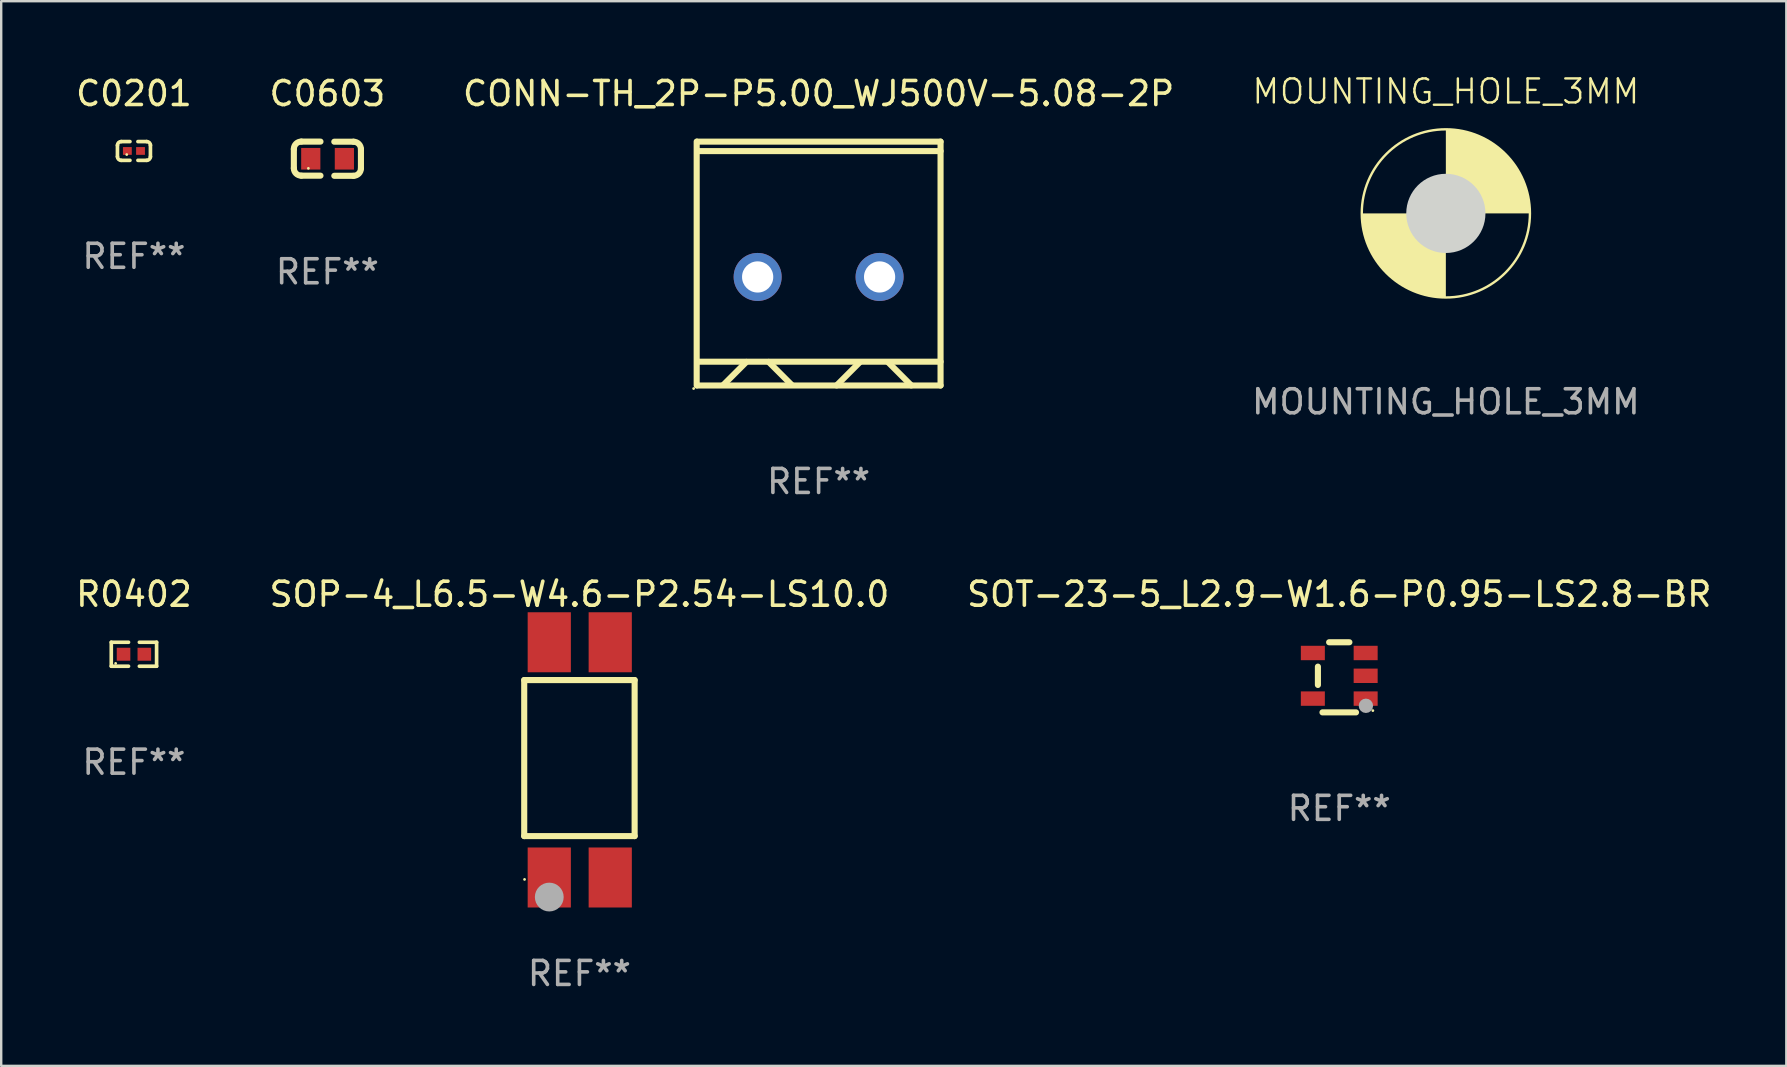
<source format=kicad_pcb>
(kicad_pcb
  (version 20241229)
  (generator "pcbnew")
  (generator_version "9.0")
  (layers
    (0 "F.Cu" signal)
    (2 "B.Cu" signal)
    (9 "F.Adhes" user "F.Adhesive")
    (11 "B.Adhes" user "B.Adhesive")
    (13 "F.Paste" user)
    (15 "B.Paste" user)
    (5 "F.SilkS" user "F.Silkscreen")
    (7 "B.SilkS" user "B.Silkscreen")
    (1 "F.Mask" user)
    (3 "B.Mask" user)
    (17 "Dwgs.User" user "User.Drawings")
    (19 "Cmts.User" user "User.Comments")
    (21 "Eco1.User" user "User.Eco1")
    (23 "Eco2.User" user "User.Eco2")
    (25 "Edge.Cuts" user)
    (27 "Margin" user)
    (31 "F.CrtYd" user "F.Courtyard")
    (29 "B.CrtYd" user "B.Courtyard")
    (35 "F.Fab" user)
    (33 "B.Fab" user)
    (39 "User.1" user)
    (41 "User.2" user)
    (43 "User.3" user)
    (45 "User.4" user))
  (footprint "SOP-4_L6.5-W4.6-P2.54-LS10.0"
    (layer "F.Cu")
    (at 21.103 28.607)
    (property "Reference" "SOP-4_L6.5-W4.6-P2.54-LS10.0" (at -0.014 -6.9 0) (layer "F.SilkS") (effects (font (size 1 1) (thickness 0.15))))
    (attr smd)
    (fp_line (start -2.314 -3.325) (end 2.286 -3.325) (stroke (width 0.254) (type solid)) (layer "F.SilkS"))
    (fp_line (start -2.314 3.175) (end -2.314 -3.325) (stroke (width 0.254) (type solid)) (layer "F.SilkS"))
    (fp_line (start 2.286 -3.325) (end 2.286 3.175) (stroke (width 0.254) (type solid)) (layer "F.SilkS"))
    (fp_line (start 2.286 3.175) (end -2.314 3.175) (stroke (width 0.254) (type solid)) (layer "F.SilkS"))
    (fp_circle (center -2.3 4.98) (end -2.27 4.98) (stroke (width 0.06) (type solid)) (fill no) (layer "F.SilkS"))
    (fp_circle (center -1.27 5.715) (end -0.97 5.715) (stroke (width 0.6) (type solid)) (fill no) (layer "F.Fab"))
    (fp_text user "REF**" (at -0.014 8.9 0) (layer "F.Fab") (effects (font (size 1 1) (thickness 0.15))))
    (pad "1" smd rect (at -1.27 4.9) (size 1.8 2.5) (layers "F.Cu" "F.Mask" "F.Paste"))
    (pad "2" smd rect (at 1.27 4.9) (size 1.8 2.5) (layers "F.Cu" "F.Mask" "F.Paste"))
    (pad "3" smd rect (at 1.27 -4.9) (size 1.8 2.5) (layers "F.Cu" "F.Mask" "F.Paste"))
    (pad "4" smd rect (at -1.27 -4.9) (size 1.8 2.5) (layers "F.Cu" "F.Mask" "F.Paste")))
  (footprint "SOT-23-5_L2.9-W1.6-P0.95-LS2.8-BR"
    (layer "F.Cu")
    (at 52.744 25.104)
    (property "Reference" "SOT-23-5_L2.9-W1.6-P0.95-LS2.8-BR" (at -0.000076 -3.397 0) (layer "F.SilkS") (effects (font (size 1 1) (thickness 0.15))))
    (attr smd)
    (fp_line (start -0.889 0.381) (end -0.889 -0.381) (stroke (width 0.254) (type solid)) (layer "F.SilkS"))
    (fp_line (start -0.699 1.524) (end 0.698 1.524) (stroke (width 0.254) (type solid)) (layer "F.SilkS"))
    (fp_line (start -0.422 -1.397) (end 0.422 -1.397) (stroke (width 0.254) (type solid)) (layer "F.SilkS"))
    (fp_circle (center 1.4 1.45) (end 1.43 1.45) (stroke (width 0.06) (type solid)) (fill no) (layer "F.SilkS"))
    (fp_circle (center 1.11 1.25) (end 1.26 1.25) (stroke (width 0.3) (type solid)) (fill no) (layer "F.Fab"))
    (fp_text user "REF**" (at -0.000076 5.524 0) (layer "F.Fab") (effects (font (size 1 1) (thickness 0.15))))
    (pad "1" smd rect (at 1.1 0.95 90) (size 0.6 1) (layers "F.Cu" "F.Mask" "F.Paste"))
    (pad "2" smd rect (at 1.1 0.000127 90) (size 0.6 1) (layers "F.Cu" "F.Mask" "F.Paste"))
    (pad "3" smd rect (at 1.1 -0.95 90) (size 0.6 1) (layers "F.Cu" "F.Mask" "F.Paste"))
    (pad "4" smd rect (at -1.1 -0.95 90) (size 0.6 1) (layers "F.Cu" "F.Mask" "F.Paste"))
    (pad "5" smd rect (at -1.1 0.95 90) (size 0.6 1) (layers "F.Cu" "F.Mask" "F.Paste")))
  (footprint "R0402"
    (layer "F.Cu")
    (at 2.53 24.206)
    (property "Reference" "R0402" (at 0 -2.499 0) (layer "F.SilkS") (effects (font (size 1 1) (thickness 0.15))))
    (attr smd)
    (fp_line (start -0.944 -0.499) (end -0.226 -0.499) (stroke (width 0.152) (type solid)) (layer "F.SilkS"))
    (fp_line (start -0.944 0.499) (end -0.944 -0.499) (stroke (width 0.152) (type solid)) (layer "F.SilkS"))
    (fp_line (start -0.226 0.499) (end -0.944 0.499) (stroke (width 0.152) (type solid)) (layer "F.SilkS"))
    (fp_line (start 0.226 0.499) (end 0.944 0.499) (stroke (width 0.152) (type solid)) (layer "F.SilkS"))
    (fp_line (start 0.944 -0.499) (end 0.226 -0.499) (stroke (width 0.152) (type solid)) (layer "F.SilkS"))
    (fp_line (start 0.944 0.499) (end 0.944 -0.499) (stroke (width 0.152) (type solid)) (layer "F.SilkS"))
    (fp_circle (center -0.762 0.381) (end -0.732 0.381) (stroke (width 0.06) (type solid)) (fill no) (layer "F.SilkS"))
    (fp_text user "REF**" (at 0 4.499 0) (layer "F.Fab") (effects (font (size 1 1) (thickness 0.15))))
    (pad "1" smd rect (at -0.433 0) (size 0.566 0.54) (layers "F.Cu" "F.Mask" "F.Paste"))
    (pad "2" smd rect (at 0.433 0) (size 0.566 0.54) (layers "F.Cu" "F.Mask" "F.Paste")))
  (footprint "CONN-TH_2P-P5.00_WJ500V-5.08-2P"
    (layer "F.Cu")
    (at 31.054 8.488)
    (property "Reference" "CONN-TH_2P-P5.00_WJ500V-5.08-2P" (at 0 -7.64 0) (layer "F.SilkS") (effects (font (size 1 1) (thickness 0.15))))
    (attr through_hole)
    (fp_line (start -5.08 4.52) (end -5.08 -5.64) (stroke (width 0.254) (type solid)) (layer "F.SilkS"))
    (fp_line (start -3.01 3.54) (end -3.97 4.5) (stroke (width 0.254) (type solid)) (layer "F.SilkS"))
    (fp_line (start -2.08 3.54) (end -1.12 4.5) (stroke (width 0.254) (type solid)) (layer "F.SilkS"))
    (fp_line (start 1.71 3.558) (end 0.75 4.518) (stroke (width 0.254) (type solid)) (layer "F.SilkS"))
    (fp_line (start 2.9 3.558) (end 3.86 4.518) (stroke (width 0.254) (type solid)) (layer "F.SilkS"))
    (fp_line (start 5.08 -5.638) (end -5.054 -5.638) (stroke (width 0.254) (type solid)) (layer "F.SilkS"))
    (fp_line (start 5.08 -5.243) (end -5.065 -5.243) (stroke (width 0.254) (type solid)) (layer "F.SilkS"))
    (fp_line (start 5.08 3.531) (end -5.036 3.531) (stroke (width 0.254) (type solid)) (layer "F.SilkS"))
    (fp_line (start 5.08 4.522) (end -5.054 4.522) (stroke (width 0.254) (type solid)) (layer "F.SilkS"))
    (fp_line (start 5.08 4.522) (end 5.08 -5.638) (stroke (width 0.254) (type solid)) (layer "F.SilkS"))
    (fp_circle (center -5.207 4.649) (end -5.177 4.649) (stroke (width 0.06) (type solid)) (fill no) (layer "F.SilkS"))
    (fp_text user "REF**" (at 0 8.522 0) (layer "F.Fab") (effects (font (size 1 1) (thickness 0.15))))
    (pad "1" thru_hole circle (at -2.54 0) (size 2 2) (drill 1.3) (layers "*.Cu" "*.Mask"))
    (pad "2" thru_hole circle (at 2.54 0) (size 2 2) (drill 1.3) (layers "*.Cu" "*.Mask")))
  (footprint "MOUNTING_HOLE_3MM"
    (layer "F.Cu")
    (at 57.185 5.84)
    (property "Reference" "MOUNTING_HOLE_3MM" (at 0 -5.08 0) (unlocked yes) (layer "F.SilkS") (effects (font (size 1 1) (thickness 0.1))))
    (attr through_hole)
    (fp_circle (center 0 0) (end 0.183 -3.498) (stroke (width 0.1) (type default)) (fill no) (layer "F.SilkS"))
    (fp_poly (pts (arc (start -3.5 0) (mid -2.474874 2.474874) (end 0 3.5)) (arc (start 0 -3.5) (mid 2.474874 -2.474874) (end 3.5 0))) (stroke (width 0) (type solid)) (fill yes) (layer "F.SilkS"))
    (fp_circle (center 0 0) (end 1.6 0) (stroke (width 0.1) (type default)) (fill yes) (layer "Edge.Cuts"))
    (fp_circle (center 0 0) (end 0 3.5) (stroke (width 0.1) (type default)) (fill no) (layer "Margin"))
    (fp_text user "${REFERENCE}" (at 0 7.85 0) (unlocked yes) (layer "F.Fab") (effects (font (size 1 1) (thickness 0.15)))))
  (footprint "C0603"
    (layer "F.Cu")
    (at 10.597 3.564)
    (property "Reference" "C0603" (at -0.008 -2.715 0) (layer "F.SilkS") (effects (font (size 1 1) (thickness 0.15))))
    (attr smd)
    (fp_line (start -1.405 -0.406) (end -1.405 0.394) (stroke (width 0.254) (type solid)) (layer "F.SilkS"))
    (fp_line (start -0.296 -0.715) (end -1.096 -0.715) (stroke (width 0.254) (type solid)) (layer "F.SilkS"))
    (fp_line (start -0.296 0.704) (end -1.096 0.704) (stroke (width 0.254) (type solid)) (layer "F.SilkS"))
    (fp_line (start 0.28 -0.71) (end 1.08 -0.71) (stroke (width 0.254) (type solid)) (layer "F.SilkS"))
    (fp_line (start 0.28 0.71) (end 1.08 0.71) (stroke (width 0.254) (type solid)) (layer "F.SilkS"))
    (fp_line (start 1.39 -0.4) (end 1.39 0.4) (stroke (width 0.254) (type solid)) (layer "F.SilkS"))
    (fp_arc (start -1.405512 -0.405613) (mid -1.314765 -0.624696) (end -1.095682 -0.715443) (stroke (width 0.254001) (type solid)) (layer "F.SilkS"))
    (fp_arc (start -1.095682 0.704216) (mid -1.314773 0.61346) (end -1.405511 0.394362) (stroke (width 0.254001) (type solid)) (layer "F.SilkS"))
    (fp_arc (start 1.080188 -0.709627) (mid 1.29928 -0.618871) (end 1.390018 -0.399772) (stroke (width 0.254001) (type solid)) (layer "F.SilkS"))
    (fp_arc (start 1.390018 0.400203) (mid 1.299271 0.619286) (end 1.080188 0.710033) (stroke (width 0.254001) (type solid)) (layer "F.SilkS"))
    (fp_circle (center -0.8 0.4) (end -0.77 0.4) (stroke (width 0.06) (type solid)) (fill no) (layer "F.SilkS"))
    (fp_text user "REF**" (at -0.008 4.71 0) (layer "F.Fab") (effects (font (size 1 1) (thickness 0.15))))
    (pad "1" smd rect (at -0.7 0) (size 0.8 0.9) (layers "F.Cu" "F.Mask" "F.Paste"))
    (pad "2" smd rect (at 0.7 0) (size 0.8 0.9) (layers "F.Cu" "F.Mask" "F.Paste")))
  (footprint "C0201"
    (layer "F.Cu")
    (at 2.53 3.239)
    (property "Reference" "C0201" (at 0 -2.391 0) (layer "F.SilkS") (effects (font (size 1 1) (thickness 0.15))))
    (attr smd)
    (fp_line (start -0.687 0.238) (end -0.687 -0.238) (stroke (width 0.152) (type solid)) (layer "F.SilkS"))
    (fp_line (start -0.535 -0.391) (end -0.166 -0.391) (stroke (width 0.152) (type solid)) (layer "F.SilkS"))
    (fp_line (start -0.166 0.391) (end -0.535 0.391) (stroke (width 0.152) (type solid)) (layer "F.SilkS"))
    (fp_line (start 0.166 0.391) (end 0.535 0.391) (stroke (width 0.152) (type solid)) (layer "F.SilkS"))
    (fp_line (start 0.535 -0.391) (end 0.166 -0.391) (stroke (width 0.152) (type solid)) (layer "F.SilkS"))
    (fp_line (start 0.687 0.238) (end 0.687 -0.238) (stroke (width 0.152) (type solid)) (layer "F.SilkS"))
    (fp_arc (start -0.687046 -0.238202) (mid -0.642409 -0.345965) (end -0.534646 -0.390602) (stroke (width 0.1524) (type solid)) (layer "F.SilkS"))
    (fp_arc (start -0.534646 0.390602) (mid -0.642409 0.345965) (end -0.687046 0.238202) (stroke (width 0.1524) (type solid)) (layer "F.SilkS"))
    (fp_arc (start 0.534646 -0.390602) (mid 0.642409 -0.345965) (end 0.687046 -0.238202) (stroke (width 0.1524) (type solid)) (layer "F.SilkS"))
    (fp_arc (start 0.687046 0.238202) (mid 0.642409 0.345965) (end 0.534646 0.390602) (stroke (width 0.1524) (type solid)) (layer "F.SilkS"))
    (fp_circle (center -0.3 0.15) (end -0.27 0.15) (stroke (width 0.06) (type solid)) (fill no) (layer "F.SilkS"))
    (fp_text user "REF**" (at 0 4.391 0) (layer "F.Fab") (effects (font (size 1 1) (thickness 0.15))))
    (pad "1" smd rect (at -0.274 0) (size 0.368 0.324) (layers "F.Cu" "F.Mask" "F.Paste"))
    (pad "2" smd rect (at 0.274 0) (size 0.368 0.324) (layers "F.Cu" "F.Mask" "F.Paste")))
  (gr_rect
    (start -3 -3)
    (end 71.369 41.355)
    (stroke (width 0.1) (type default))
    (fill no)
    (layer "Edge.Cuts")))
</source>
